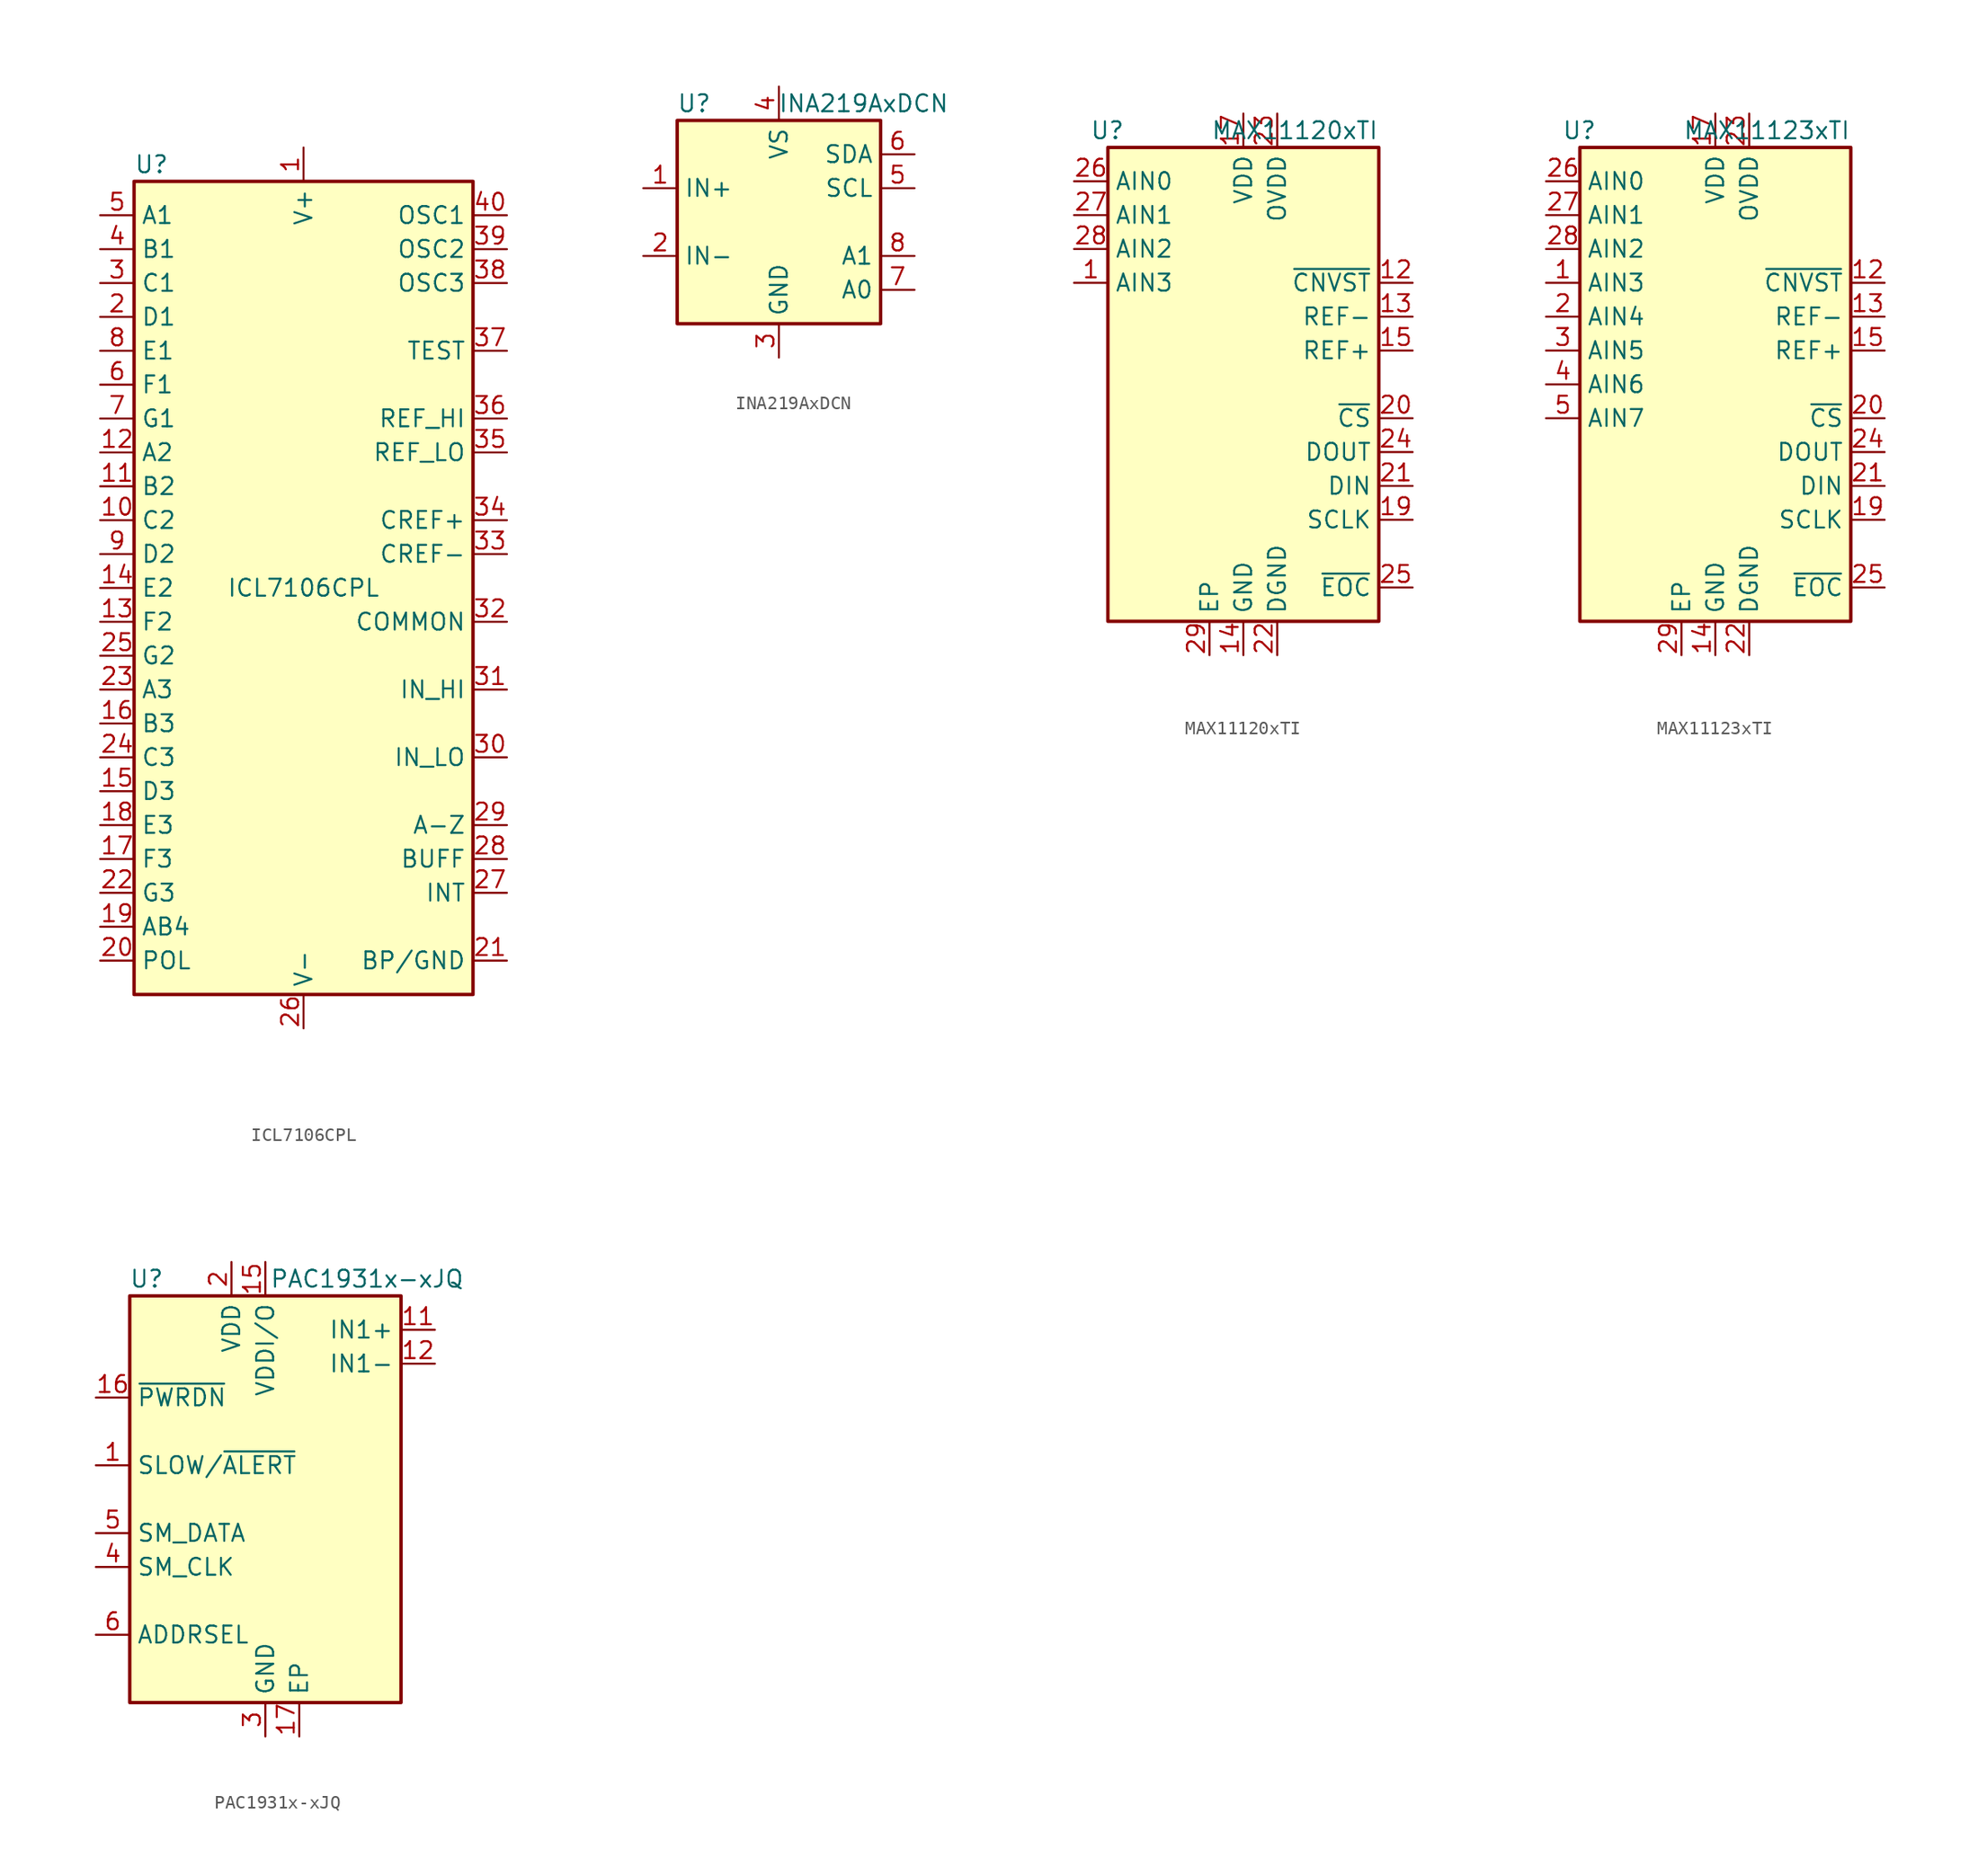
<source format=kicad_sym>
(kicad_symbol_lib
  (version 20201005)
  (generator kicad_symbol_editor)
  (symbol "ICL7106CPL"
    (property "Reference" "U"
      (at -12.7 31.75 0)
      (effects (font (size 1.27 1.27)) (justify left)))
    (property "Value" "ICL7106CPL"
      (at 0 0 0)
      (effects (font (size 1.27 1.27))))
    (symbol "ICL7106CPL_0_1"
      (rectangle (start -12.7 30.48) (end 12.7 -30.48) (stroke (width 0.254)) (fill (type background))))
    (symbol "ICL7106CPL_1_1"
      (pin power_in line (at 0 33.02 270) (length 2.54) (name "V+" (effects (font (size 1.27 1.27)))) (number "1" (effects (font (size 1.27 1.27)))))
      (pin output line (at -15.24 5.08 0) (length 2.54) (name "C2" (effects (font (size 1.27 1.27)))) (number "10" (effects (font (size 1.27 1.27)))))
      (pin output line (at -15.24 7.62 0) (length 2.54) (name "B2" (effects (font (size 1.27 1.27)))) (number "11" (effects (font (size 1.27 1.27)))))
      (pin output line (at -15.24 10.16 0) (length 2.54) (name "A2" (effects (font (size 1.27 1.27)))) (number "12" (effects (font (size 1.27 1.27)))))
      (pin output line (at -15.24 -2.54 0) (length 2.54) (name "F2" (effects (font (size 1.27 1.27)))) (number "13" (effects (font (size 1.27 1.27)))))
      (pin output line (at -15.24 0 0) (length 2.54) (name "E2" (effects (font (size 1.27 1.27)))) (number "14" (effects (font (size 1.27 1.27)))))
      (pin output line (at -15.24 -15.24 0) (length 2.54) (name "D3" (effects (font (size 1.27 1.27)))) (number "15" (effects (font (size 1.27 1.27)))))
      (pin output line (at -15.24 -10.16 0) (length 2.54) (name "B3" (effects (font (size 1.27 1.27)))) (number "16" (effects (font (size 1.27 1.27)))))
      (pin output line (at -15.24 -20.32 0) (length 2.54) (name "F3" (effects (font (size 1.27 1.27)))) (number "17" (effects (font (size 1.27 1.27)))))
      (pin output line (at -15.24 -17.78 0) (length 2.54) (name "E3" (effects (font (size 1.27 1.27)))) (number "18" (effects (font (size 1.27 1.27)))))
      (pin output line (at -15.24 -25.4 0) (length 2.54) (name "AB4" (effects (font (size 1.27 1.27)))) (number "19" (effects (font (size 1.27 1.27)))))
      (pin output line (at -15.24 20.32 0) (length 2.54) (name "D1" (effects (font (size 1.27 1.27)))) (number "2" (effects (font (size 1.27 1.27)))))
      (pin output line (at -15.24 -27.94 0) (length 2.54) (name "POL" (effects (font (size 1.27 1.27)))) (number "20" (effects (font (size 1.27 1.27)))))
      (pin bidirectional line (at 15.24 -27.94 180) (length 2.54) (name "BP/GND" (effects (font (size 1.27 1.27)))) (number "21" (effects (font (size 1.27 1.27)))))
      (pin output line (at -15.24 -22.86 0) (length 2.54) (name "G3" (effects (font (size 1.27 1.27)))) (number "22" (effects (font (size 1.27 1.27)))))
      (pin output line (at -15.24 -7.62 0) (length 2.54) (name "A3" (effects (font (size 1.27 1.27)))) (number "23" (effects (font (size 1.27 1.27)))))
      (pin output line (at -15.24 -12.7 0) (length 2.54) (name "C3" (effects (font (size 1.27 1.27)))) (number "24" (effects (font (size 1.27 1.27)))))
      (pin output line (at -15.24 -5.08 0) (length 2.54) (name "G2" (effects (font (size 1.27 1.27)))) (number "25" (effects (font (size 1.27 1.27)))))
      (pin power_in line (at 0 -33.02 90) (length 2.54) (name "V-" (effects (font (size 1.27 1.27)))) (number "26" (effects (font (size 1.27 1.27)))))
      (pin passive line (at 15.24 -22.86 180) (length 2.54) (name "INT" (effects (font (size 1.27 1.27)))) (number "27" (effects (font (size 1.27 1.27)))))
      (pin output line (at 15.24 -20.32 180) (length 2.54) (name "BUFF" (effects (font (size 1.27 1.27)))) (number "28" (effects (font (size 1.27 1.27)))))
      (pin passive line (at 15.24 -17.78 180) (length 2.54) (name "A-Z" (effects (font (size 1.27 1.27)))) (number "29" (effects (font (size 1.27 1.27)))))
      (pin output line (at -15.24 22.86 0) (length 2.54) (name "C1" (effects (font (size 1.27 1.27)))) (number "3" (effects (font (size 1.27 1.27)))))
      (pin input line (at 15.24 -12.7 180) (length 2.54) (name "IN_LO" (effects (font (size 1.27 1.27)))) (number "30" (effects (font (size 1.27 1.27)))))
      (pin input line (at 15.24 -7.62 180) (length 2.54) (name "IN_HI" (effects (font (size 1.27 1.27)))) (number "31" (effects (font (size 1.27 1.27)))))
      (pin output line (at 15.24 -2.54 180) (length 2.54) (name "COMMON" (effects (font (size 1.27 1.27)))) (number "32" (effects (font (size 1.27 1.27)))))
      (pin passive line (at 15.24 2.54 180) (length 2.54) (name "CREF-" (effects (font (size 1.27 1.27)))) (number "33" (effects (font (size 1.27 1.27)))))
      (pin passive line (at 15.24 5.08 180) (length 2.54) (name "CREF+" (effects (font (size 1.27 1.27)))) (number "34" (effects (font (size 1.27 1.27)))))
      (pin passive line (at 15.24 10.16 180) (length 2.54) (name "REF_LO" (effects (font (size 1.27 1.27)))) (number "35" (effects (font (size 1.27 1.27)))))
      (pin passive line (at 15.24 12.7 180) (length 2.54) (name "REF_HI" (effects (font (size 1.27 1.27)))) (number "36" (effects (font (size 1.27 1.27)))))
      (pin passive line (at 15.24 17.78 180) (length 2.54) (name "TEST" (effects (font (size 1.27 1.27)))) (number "37" (effects (font (size 1.27 1.27)))))
      (pin passive line (at 15.24 22.86 180) (length 2.54) (name "OSC3" (effects (font (size 1.27 1.27)))) (number "38" (effects (font (size 1.27 1.27)))))
      (pin passive line (at 15.24 25.4 180) (length 2.54) (name "OSC2" (effects (font (size 1.27 1.27)))) (number "39" (effects (font (size 1.27 1.27)))))
      (pin output line (at -15.24 25.4 0) (length 2.54) (name "B1" (effects (font (size 1.27 1.27)))) (number "4" (effects (font (size 1.27 1.27)))))
      (pin passive line (at 15.24 27.94 180) (length 2.54) (name "OSC1" (effects (font (size 1.27 1.27)))) (number "40" (effects (font (size 1.27 1.27)))))
      (pin output line (at -15.24 27.94 0) (length 2.54) (name "A1" (effects (font (size 1.27 1.27)))) (number "5" (effects (font (size 1.27 1.27)))))
      (pin output line (at -15.24 15.24 0) (length 2.54) (name "F1" (effects (font (size 1.27 1.27)))) (number "6" (effects (font (size 1.27 1.27)))))
      (pin output line (at -15.24 12.7 0) (length 2.54) (name "G1" (effects (font (size 1.27 1.27)))) (number "7" (effects (font (size 1.27 1.27)))))
      (pin output line (at -15.24 17.78 0) (length 2.54) (name "E1" (effects (font (size 1.27 1.27)))) (number "8" (effects (font (size 1.27 1.27)))))
      (pin output line (at -15.24 2.54 0) (length 2.54) (name "D2" (effects (font (size 1.27 1.27)))) (number "9" (effects (font (size 1.27 1.27)))))))
  (symbol "INA219AxDCN"
    (property "Reference" "U"
      (at -6.35 8.89 0)
      (effects (font (size 1.27 1.27))))
    (property "Value" "INA219AxDCN"
      (at 6.35 8.89 0)
      (effects (font (size 1.27 1.27))))
    (symbol "INA219AxDCN_0_1"
      (rectangle (start -7.62 7.62) (end 7.62 -7.62) (stroke (width 0.254)) (fill (type background))))
    (symbol "INA219AxDCN_1_1"
      (pin input line (at -10.16 2.54 0) (length 2.54) (name "IN+" (effects (font (size 1.27 1.27)))) (number "1" (effects (font (size 1.27 1.27)))))
      (pin input line (at -10.16 -2.54 0) (length 2.54) (name "IN-" (effects (font (size 1.27 1.27)))) (number "2" (effects (font (size 1.27 1.27)))))
      (pin power_in line (at 0 -10.16 90) (length 2.54) (name "GND" (effects (font (size 1.27 1.27)))) (number "3" (effects (font (size 1.27 1.27)))))
      (pin power_in line (at 0 10.16 270) (length 2.54) (name "VS" (effects (font (size 1.27 1.27)))) (number "4" (effects (font (size 1.27 1.27)))))
      (pin input line (at 10.16 2.54 180) (length 2.54) (name "SCL" (effects (font (size 1.27 1.27)))) (number "5" (effects (font (size 1.27 1.27)))))
      (pin bidirectional line (at 10.16 5.08 180) (length 2.54) (name "SDA" (effects (font (size 1.27 1.27)))) (number "6" (effects (font (size 1.27 1.27)))))
      (pin input line (at 10.16 -5.08 180) (length 2.54) (name "A0" (effects (font (size 1.27 1.27)))) (number "7" (effects (font (size 1.27 1.27)))))
      (pin input line (at 10.16 -2.54 180) (length 2.54) (name "A1" (effects (font (size 1.27 1.27)))) (number "8" (effects (font (size 1.27 1.27)))))))
  (symbol "MAX11120xTI"
    (property "Reference" "U"
      (at -8.89 19.05 0)
      (effects (font (size 1.27 1.27)) (justify right)))
    (property "Value" "MAX11120xTI"
      (at 10.16 19.05 0)
      (effects (font (size 1.27 1.27)) (justify right)))
    (symbol "MAX11120xTI_0_1"
      (rectangle (start 10.16 17.78) (end -10.16 -17.78) (stroke (width 0.254)) (fill (type background))))
    (symbol "MAX11120xTI_1_1"
      (pin input line (at -12.7 7.62 0) (length 2.54) (name "AIN3" (effects (font (size 1.27 1.27)))) (number "1" (effects (font (size 1.27 1.27)))))
      (pin passive line (at 0 -20.32 90) (length 2.54) hide (name "GND" (effects (font (size 1.27 1.27)))) (number "10" (effects (font (size 1.27 1.27)))))
      (pin passive line (at 0 -20.32 90) (length 2.54) hide (name "GND" (effects (font (size 1.27 1.27)))) (number "11" (effects (font (size 1.27 1.27)))))
      (pin input line (at 12.7 7.62 180) (length 2.54) (name "~CNVST" (effects (font (size 1.27 1.27)))) (number "12" (effects (font (size 1.27 1.27)))))
      (pin input line (at 12.7 5.08 180) (length 2.54) (name "REF-" (effects (font (size 1.27 1.27)))) (number "13" (effects (font (size 1.27 1.27)))))
      (pin power_in line (at 0 -20.32 90) (length 2.54) (name "GND" (effects (font (size 1.27 1.27)))) (number "14" (effects (font (size 1.27 1.27)))))
      (pin input line (at 12.7 2.54 180) (length 2.54) (name "REF+" (effects (font (size 1.27 1.27)))) (number "15" (effects (font (size 1.27 1.27)))))
      (pin passive line (at 0 -20.32 90) (length 2.54) hide (name "GND" (effects (font (size 1.27 1.27)))) (number "16" (effects (font (size 1.27 1.27)))))
      (pin power_in line (at 0 20.32 270) (length 2.54) (name "VDD" (effects (font (size 1.27 1.27)))) (number "17" (effects (font (size 1.27 1.27)))))
      (pin passive line (at 0 20.32 270) (length 2.54) hide (name "VDD" (effects (font (size 1.27 1.27)))) (number "18" (effects (font (size 1.27 1.27)))))
      (pin input line (at 12.7 -10.16 180) (length 2.54) (name "SCLK" (effects (font (size 1.27 1.27)))) (number "19" (effects (font (size 1.27 1.27)))))
      (pin passive line (at 0 -20.32 90) (length 2.54) hide (name "GND" (effects (font (size 1.27 1.27)))) (number "2" (effects (font (size 1.27 1.27)))))
      (pin input line (at 12.7 -2.54 180) (length 2.54) (name "~CS" (effects (font (size 1.27 1.27)))) (number "20" (effects (font (size 1.27 1.27)))))
      (pin input line (at 12.7 -7.62 180) (length 2.54) (name "DIN" (effects (font (size 1.27 1.27)))) (number "21" (effects (font (size 1.27 1.27)))))
      (pin power_in line (at 2.54 -20.32 90) (length 2.54) (name "DGND" (effects (font (size 1.27 1.27)))) (number "22" (effects (font (size 1.27 1.27)))))
      (pin power_in line (at 2.54 20.32 270) (length 2.54) (name "OVDD" (effects (font (size 1.27 1.27)))) (number "23" (effects (font (size 1.27 1.27)))))
      (pin output line (at 12.7 -5.08 180) (length 2.54) (name "DOUT" (effects (font (size 1.27 1.27)))) (number "24" (effects (font (size 1.27 1.27)))))
      (pin output line (at 12.7 -15.24 180) (length 2.54) (name "~EOC" (effects (font (size 1.27 1.27)))) (number "25" (effects (font (size 1.27 1.27)))))
      (pin input line (at -12.7 15.24 0) (length 2.54) (name "AIN0" (effects (font (size 1.27 1.27)))) (number "26" (effects (font (size 1.27 1.27)))))
      (pin input line (at -12.7 12.7 0) (length 2.54) (name "AIN1" (effects (font (size 1.27 1.27)))) (number "27" (effects (font (size 1.27 1.27)))))
      (pin input line (at -12.7 10.16 0) (length 2.54) (name "AIN2" (effects (font (size 1.27 1.27)))) (number "28" (effects (font (size 1.27 1.27)))))
      (pin power_in line (at -2.54 -20.32 90) (length 2.54) (name "EP" (effects (font (size 1.27 1.27)))) (number "29" (effects (font (size 1.27 1.27)))))
      (pin passive line (at 0 -20.32 90) (length 2.54) hide (name "GND" (effects (font (size 1.27 1.27)))) (number "3" (effects (font (size 1.27 1.27)))))
      (pin passive line (at 0 -20.32 90) (length 2.54) hide (name "GND" (effects (font (size 1.27 1.27)))) (number "4" (effects (font (size 1.27 1.27)))))
      (pin passive line (at 0 -20.32 90) (length 2.54) hide (name "GND" (effects (font (size 1.27 1.27)))) (number "5" (effects (font (size 1.27 1.27)))))
      (pin passive line (at 0 -20.32 90) (length 2.54) hide (name "GND" (effects (font (size 1.27 1.27)))) (number "6" (effects (font (size 1.27 1.27)))))
      (pin passive line (at 0 -20.32 90) (length 2.54) hide (name "GND" (effects (font (size 1.27 1.27)))) (number "7" (effects (font (size 1.27 1.27)))))
      (pin passive line (at 0 -20.32 90) (length 2.54) hide (name "GND" (effects (font (size 1.27 1.27)))) (number "8" (effects (font (size 1.27 1.27)))))
      (pin passive line (at 0 -20.32 90) (length 2.54) hide (name "GND" (effects (font (size 1.27 1.27)))) (number "9" (effects (font (size 1.27 1.27)))))))
  (symbol "MAX11123xTI"
    (property "Reference" "U"
      (at -8.89 19.05 0)
      (effects (font (size 1.27 1.27)) (justify right)))
    (property "Value" "MAX11123xTI"
      (at 10.16 19.05 0)
      (effects (font (size 1.27 1.27)) (justify right)))
    (symbol "MAX11123xTI_0_1"
      (rectangle (start 10.16 17.78) (end -10.16 -17.78) (stroke (width 0.254)) (fill (type background))))
    (symbol "MAX11123xTI_1_1"
      (pin input line (at -12.7 7.62 0) (length 2.54) (name "AIN3" (effects (font (size 1.27 1.27)))) (number "1" (effects (font (size 1.27 1.27)))))
      (pin passive line (at 0 -20.32 90) (length 2.54) hide (name "GND" (effects (font (size 1.27 1.27)))) (number "10" (effects (font (size 1.27 1.27)))))
      (pin passive line (at 0 -20.32 90) (length 2.54) hide (name "GND" (effects (font (size 1.27 1.27)))) (number "11" (effects (font (size 1.27 1.27)))))
      (pin input line (at 12.7 7.62 180) (length 2.54) (name "~CNVST" (effects (font (size 1.27 1.27)))) (number "12" (effects (font (size 1.27 1.27)))))
      (pin input line (at 12.7 5.08 180) (length 2.54) (name "REF-" (effects (font (size 1.27 1.27)))) (number "13" (effects (font (size 1.27 1.27)))))
      (pin power_in line (at 0 -20.32 90) (length 2.54) (name "GND" (effects (font (size 1.27 1.27)))) (number "14" (effects (font (size 1.27 1.27)))))
      (pin input line (at 12.7 2.54 180) (length 2.54) (name "REF+" (effects (font (size 1.27 1.27)))) (number "15" (effects (font (size 1.27 1.27)))))
      (pin passive line (at 0 -20.32 90) (length 2.54) hide (name "GND" (effects (font (size 1.27 1.27)))) (number "16" (effects (font (size 1.27 1.27)))))
      (pin power_in line (at 0 20.32 270) (length 2.54) (name "VDD" (effects (font (size 1.27 1.27)))) (number "17" (effects (font (size 1.27 1.27)))))
      (pin passive line (at 0 20.32 270) (length 2.54) hide (name "VDD" (effects (font (size 1.27 1.27)))) (number "18" (effects (font (size 1.27 1.27)))))
      (pin input line (at 12.7 -10.16 180) (length 2.54) (name "SCLK" (effects (font (size 1.27 1.27)))) (number "19" (effects (font (size 1.27 1.27)))))
      (pin input line (at -12.7 5.08 0) (length 2.54) (name "AIN4" (effects (font (size 1.27 1.27)))) (number "2" (effects (font (size 1.27 1.27)))))
      (pin input line (at 12.7 -2.54 180) (length 2.54) (name "~CS" (effects (font (size 1.27 1.27)))) (number "20" (effects (font (size 1.27 1.27)))))
      (pin input line (at 12.7 -7.62 180) (length 2.54) (name "DIN" (effects (font (size 1.27 1.27)))) (number "21" (effects (font (size 1.27 1.27)))))
      (pin power_in line (at 2.54 -20.32 90) (length 2.54) (name "DGND" (effects (font (size 1.27 1.27)))) (number "22" (effects (font (size 1.27 1.27)))))
      (pin power_in line (at 2.54 20.32 270) (length 2.54) (name "OVDD" (effects (font (size 1.27 1.27)))) (number "23" (effects (font (size 1.27 1.27)))))
      (pin output line (at 12.7 -5.08 180) (length 2.54) (name "DOUT" (effects (font (size 1.27 1.27)))) (number "24" (effects (font (size 1.27 1.27)))))
      (pin output line (at 12.7 -15.24 180) (length 2.54) (name "~EOC" (effects (font (size 1.27 1.27)))) (number "25" (effects (font (size 1.27 1.27)))))
      (pin input line (at -12.7 15.24 0) (length 2.54) (name "AIN0" (effects (font (size 1.27 1.27)))) (number "26" (effects (font (size 1.27 1.27)))))
      (pin input line (at -12.7 12.7 0) (length 2.54) (name "AIN1" (effects (font (size 1.27 1.27)))) (number "27" (effects (font (size 1.27 1.27)))))
      (pin input line (at -12.7 10.16 0) (length 2.54) (name "AIN2" (effects (font (size 1.27 1.27)))) (number "28" (effects (font (size 1.27 1.27)))))
      (pin power_in line (at -2.54 -20.32 90) (length 2.54) (name "EP" (effects (font (size 1.27 1.27)))) (number "29" (effects (font (size 1.27 1.27)))))
      (pin input line (at -12.7 2.54 0) (length 2.54) (name "AIN5" (effects (font (size 1.27 1.27)))) (number "3" (effects (font (size 1.27 1.27)))))
      (pin input line (at -12.7 0 0) (length 2.54) (name "AIN6" (effects (font (size 1.27 1.27)))) (number "4" (effects (font (size 1.27 1.27)))))
      (pin input line (at -12.7 -2.54 0) (length 2.54) (name "AIN7" (effects (font (size 1.27 1.27)))) (number "5" (effects (font (size 1.27 1.27)))))
      (pin passive line (at 0 -20.32 90) (length 2.54) hide (name "GND" (effects (font (size 1.27 1.27)))) (number "6" (effects (font (size 1.27 1.27)))))
      (pin passive line (at 0 -20.32 90) (length 2.54) hide (name "GND" (effects (font (size 1.27 1.27)))) (number "7" (effects (font (size 1.27 1.27)))))
      (pin passive line (at 0 -20.32 90) (length 2.54) hide (name "GND" (effects (font (size 1.27 1.27)))) (number "8" (effects (font (size 1.27 1.27)))))
      (pin passive line (at 0 -20.32 90) (length 2.54) hide (name "GND" (effects (font (size 1.27 1.27)))) (number "9" (effects (font (size 1.27 1.27)))))))
  (symbol "PAC1931x-xJQ"
    (property "Reference" "U"
      (at -8.89 16.51 0)
      (effects (font (size 1.27 1.27))))
    (property "Value" "PAC1931x-xJQ"
      (at 7.62 16.51 0)
      (effects (font (size 1.27 1.27))))
    (symbol "PAC1931x-xJQ_0_1"
      (rectangle (start -10.16 15.24) (end 10.16 -15.24) (stroke (width 0.254)) (fill (type background))))
    (symbol "PAC1931x-xJQ_1_1"
      (pin open_collector line (at -12.7 2.54 0) (length 2.54) (name "SLOW/~ALERT" (effects (font (size 1.27 1.27)))) (number "1" (effects (font (size 1.27 1.27)))))
      (pin passive line (at 0 -17.78 90) (length 2.54) hide (name "GND" (effects (font (size 1.27 1.27)))) (number "10" (effects (font (size 1.27 1.27)))))
      (pin input line (at 12.7 12.7 180) (length 2.54) (name "IN1+" (effects (font (size 1.27 1.27)))) (number "11" (effects (font (size 1.27 1.27)))))
      (pin input line (at 12.7 10.16 180) (length 2.54) (name "IN1-" (effects (font (size 1.27 1.27)))) (number "12" (effects (font (size 1.27 1.27)))))
      (pin passive line (at 0 -17.78 90) (length 2.54) hide (name "GND" (effects (font (size 1.27 1.27)))) (number "13" (effects (font (size 1.27 1.27)))))
      (pin passive line (at 0 -17.78 90) (length 2.54) hide (name "GND" (effects (font (size 1.27 1.27)))) (number "14" (effects (font (size 1.27 1.27)))))
      (pin power_in line (at 0 17.78 270) (length 2.54) (name "VDDI/O" (effects (font (size 1.27 1.27)))) (number "15" (effects (font (size 1.27 1.27)))))
      (pin input line (at -12.7 7.62 0) (length 2.54) (name "~PWRDN" (effects (font (size 1.27 1.27)))) (number "16" (effects (font (size 1.27 1.27)))))
      (pin power_in line (at 2.54 -17.78 90) (length 2.54) (name "EP" (effects (font (size 1.27 1.27)))) (number "17" (effects (font (size 1.27 1.27)))))
      (pin power_in line (at -2.54 17.78 270) (length 2.54) (name "VDD" (effects (font (size 1.27 1.27)))) (number "2" (effects (font (size 1.27 1.27)))))
      (pin power_in line (at 0 -17.78 90) (length 2.54) (name "GND" (effects (font (size 1.27 1.27)))) (number "3" (effects (font (size 1.27 1.27)))))
      (pin input line (at -12.7 -5.08 0) (length 2.54) (name "SM_CLK" (effects (font (size 1.27 1.27)))) (number "4" (effects (font (size 1.27 1.27)))))
      (pin bidirectional line (at -12.7 -2.54 0) (length 2.54) (name "SM_DATA" (effects (font (size 1.27 1.27)))) (number "5" (effects (font (size 1.27 1.27)))))
      (pin passive line (at -12.7 -10.16 0) (length 2.54) (name "ADDRSEL" (effects (font (size 1.27 1.27)))) (number "6" (effects (font (size 1.27 1.27)))))
      (pin passive line (at 0 -17.78 90) (length 2.54) hide (name "GND" (effects (font (size 1.27 1.27)))) (number "7" (effects (font (size 1.27 1.27)))))
      (pin passive line (at 0 -17.78 90) (length 2.54) hide (name "GND" (effects (font (size 1.27 1.27)))) (number "8" (effects (font (size 1.27 1.27)))))
      (pin passive line (at 0 -17.78 90) (length 2.54) hide (name "GND" (effects (font (size 1.27 1.27)))) (number "9" (effects (font (size 1.27 1.27))))))))
</source>
